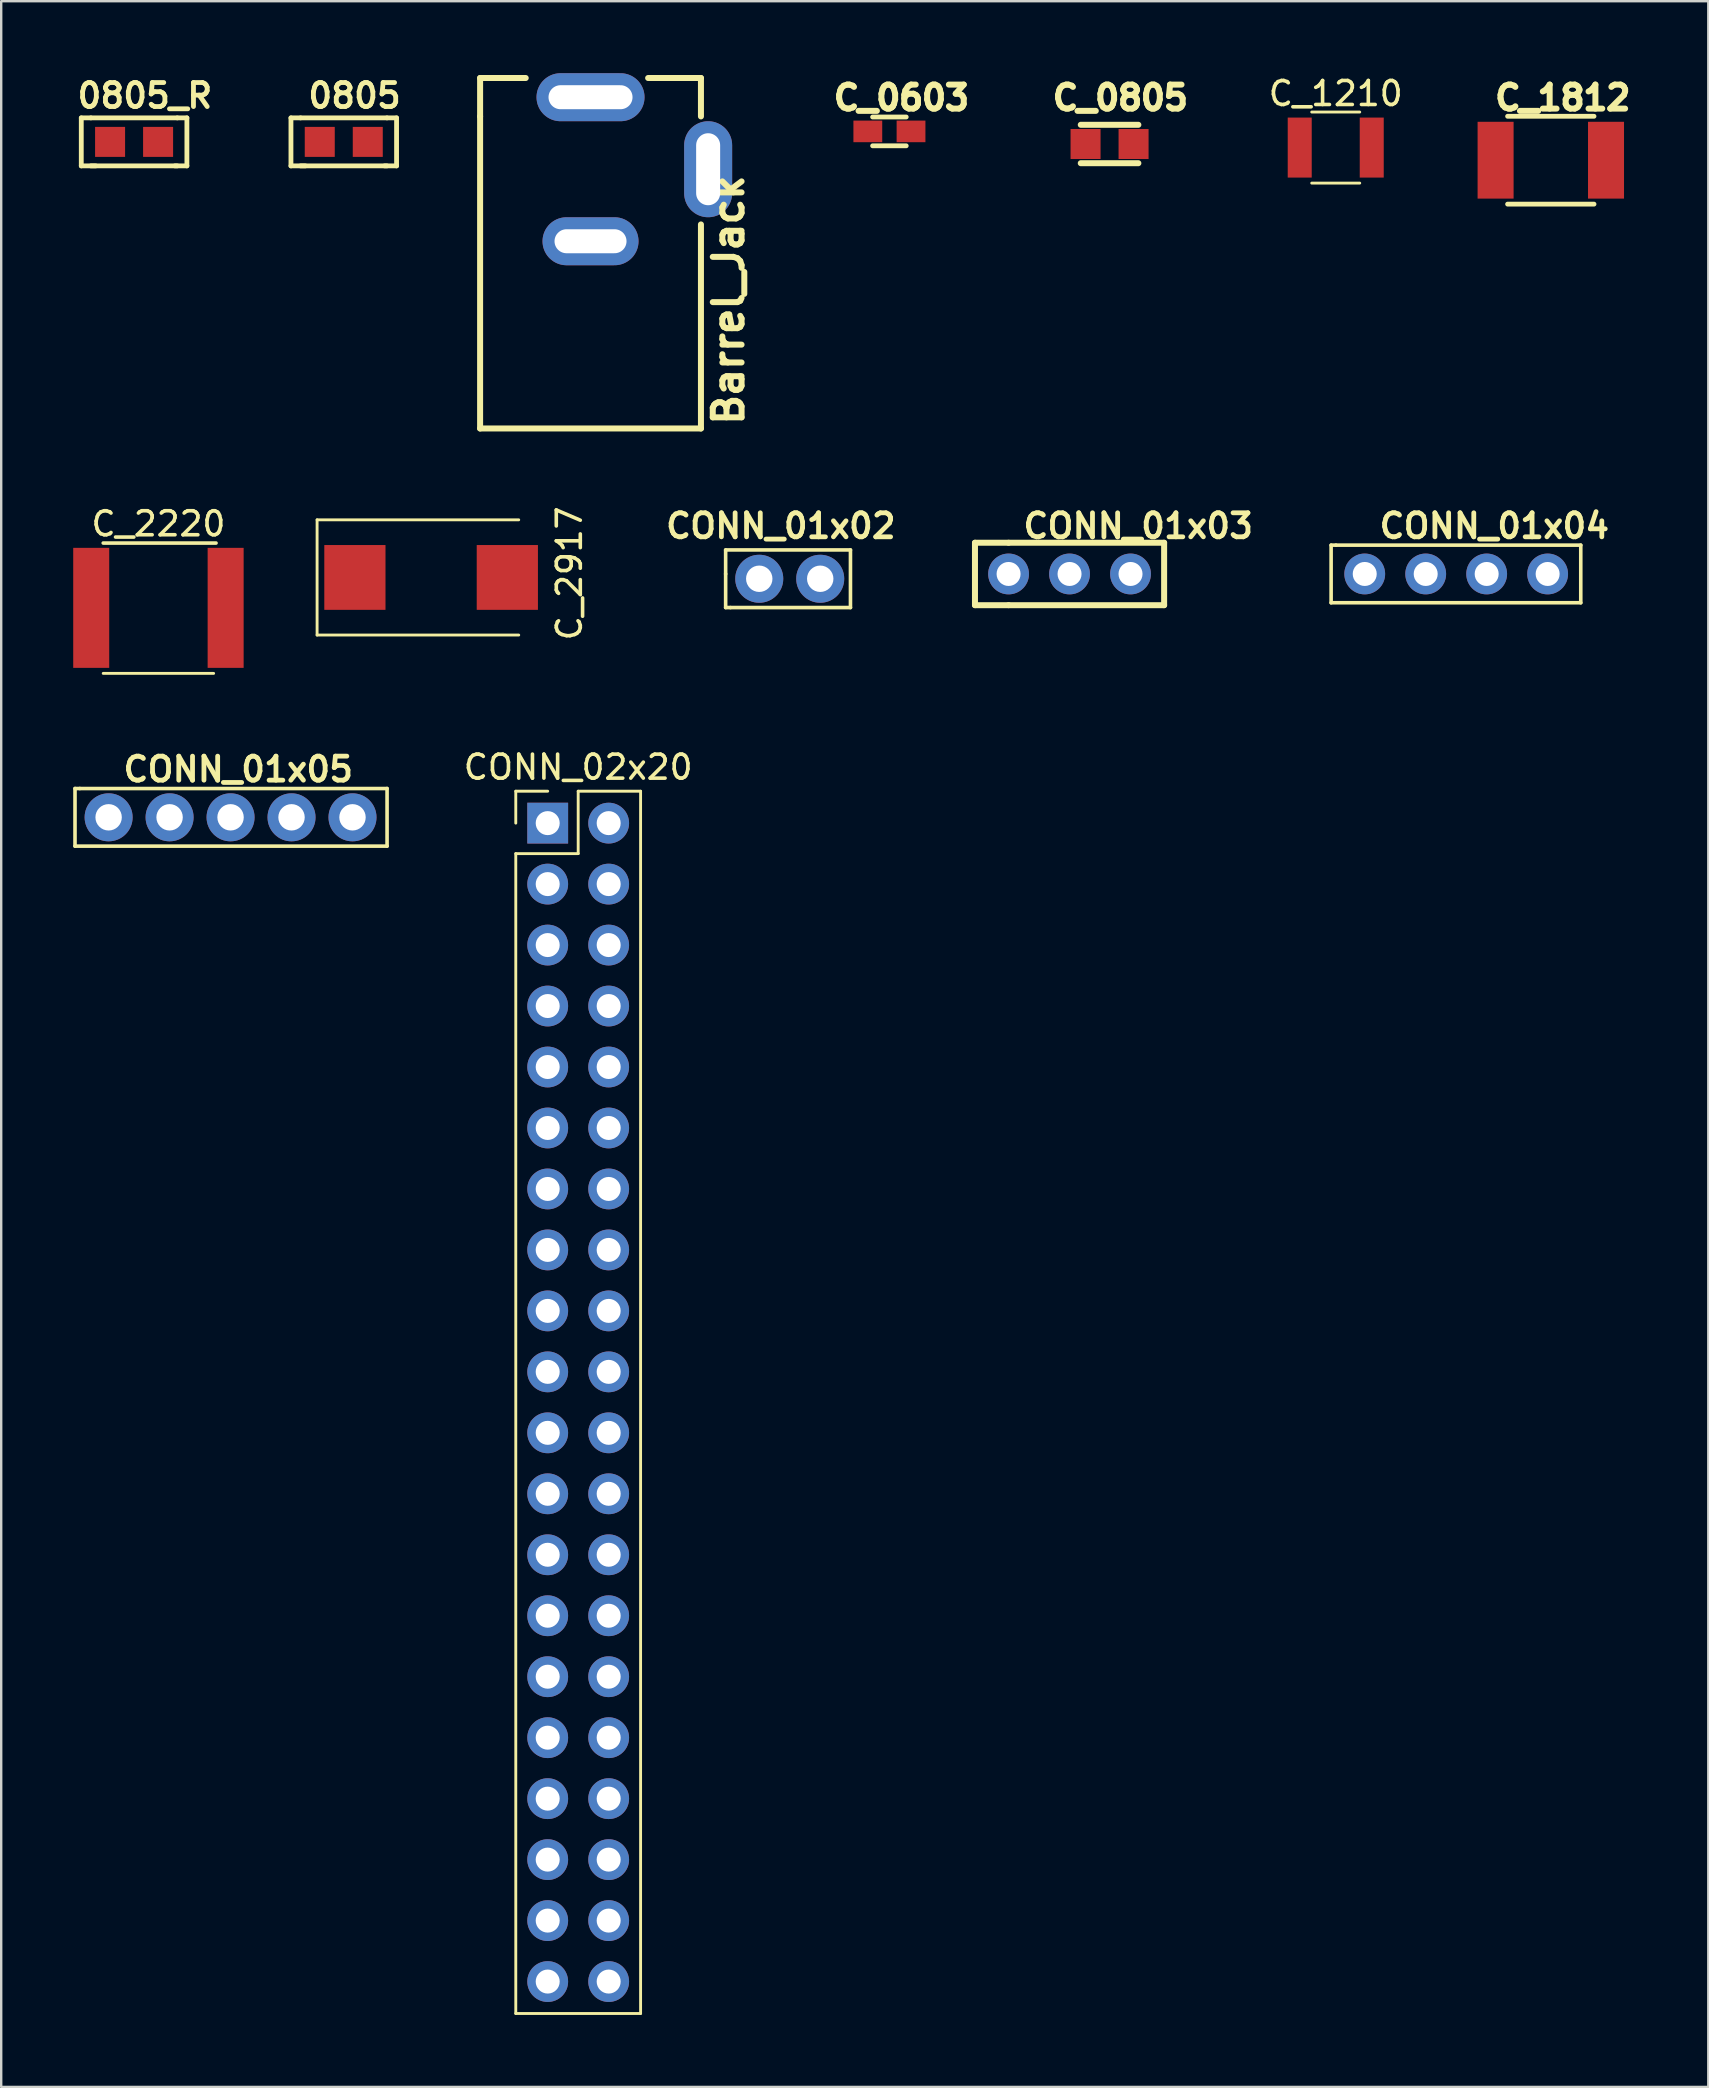
<source format=kicad_pcb>
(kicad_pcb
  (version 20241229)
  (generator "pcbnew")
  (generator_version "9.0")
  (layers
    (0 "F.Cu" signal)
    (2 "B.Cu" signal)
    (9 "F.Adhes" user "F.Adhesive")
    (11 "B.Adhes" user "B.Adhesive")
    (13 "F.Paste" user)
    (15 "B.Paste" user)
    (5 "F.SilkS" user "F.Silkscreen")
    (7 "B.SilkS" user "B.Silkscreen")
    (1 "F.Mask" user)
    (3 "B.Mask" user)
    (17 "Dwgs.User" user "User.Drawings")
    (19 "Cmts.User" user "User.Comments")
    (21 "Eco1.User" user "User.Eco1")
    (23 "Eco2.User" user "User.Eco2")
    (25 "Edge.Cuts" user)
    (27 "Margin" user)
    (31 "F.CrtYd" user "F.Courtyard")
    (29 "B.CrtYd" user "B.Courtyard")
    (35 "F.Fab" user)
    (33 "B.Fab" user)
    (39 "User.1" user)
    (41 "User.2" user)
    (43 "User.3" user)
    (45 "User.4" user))
  (footprint "C_2917"
    (layer "F.Cu")
    (at 14.91 21.006)
    (property "Reference" "C_2917" (at 5.76 -0.17 90) (layer "F.SilkS") (effects (font (size 1 1) (thickness 0.15))))
    (attr smd)
    (fp_line (start -4.75 -2.4) (end -4.75 2.4) (stroke (width 0.12) (type solid)) (layer "F.SilkS"))
    (fp_line (start -4.75 -2.4) (end 3.65 -2.4) (stroke (width 0.12) (type solid)) (layer "F.SilkS"))
    (fp_line (start -4.75 2.4) (end 3.65 2.4) (stroke (width 0.12) (type solid)) (layer "F.SilkS"))
    (pad "1" smd rect (at -3.175 0) (size 2.55 2.7) (layers "F.Cu" "F.Mask" "F.Paste"))
    (pad "2" smd rect (at 3.175 0) (size 2.55 2.7) (layers "F.Cu" "F.Mask" "F.Paste")))
  (footprint "CONN_02x20"
    (layer "F.Cu")
    (at 19.767 31.241)
    (property "Reference" "CONN_02x20" (at 1.27 -2.33 0) (layer "F.SilkS") (effects (font (size 1 1) (thickness 0.15))))
    (attr through_hole)
    (fp_line (start -1.33 -1.33) (end 0 -1.33) (stroke (width 0.12) (type solid)) (layer "F.SilkS"))
    (fp_line (start -1.33 0) (end -1.33 -1.33) (stroke (width 0.12) (type solid)) (layer "F.SilkS"))
    (fp_line (start -1.33 1.27) (end -1.33 49.59) (stroke (width 0.12) (type solid)) (layer "F.SilkS"))
    (fp_line (start -1.33 1.27) (end 1.27 1.27) (stroke (width 0.12) (type solid)) (layer "F.SilkS"))
    (fp_line (start -1.33 49.59) (end 3.87 49.59) (stroke (width 0.12) (type solid)) (layer "F.SilkS"))
    (fp_line (start 1.27 -1.33) (end 3.87 -1.33) (stroke (width 0.12) (type solid)) (layer "F.SilkS"))
    (fp_line (start 1.27 1.27) (end 1.27 -1.33) (stroke (width 0.12) (type solid)) (layer "F.SilkS"))
    (fp_line (start 3.87 -1.33) (end 3.87 49.59) (stroke (width 0.12) (type solid)) (layer "F.SilkS"))
    (pad "1" thru_hole rect (at 0 0) (size 1.7 1.7) (drill 1) (layers "*.Cu" "*.Mask"))
    (pad "2" thru_hole oval (at 2.54 0) (size 1.7 1.7) (drill 1) (layers "*.Cu" "*.Mask"))
    (pad "3" thru_hole oval (at 0 2.54) (size 1.7 1.7) (drill 1) (layers "*.Cu" "*.Mask"))
    (pad "4" thru_hole oval (at 2.54 2.54) (size 1.7 1.7) (drill 1) (layers "*.Cu" "*.Mask"))
    (pad "5" thru_hole oval (at 0 5.08) (size 1.7 1.7) (drill 1) (layers "*.Cu" "*.Mask"))
    (pad "6" thru_hole oval (at 2.54 5.08) (size 1.7 1.7) (drill 1) (layers "*.Cu" "*.Mask"))
    (pad "7" thru_hole oval (at 0 7.62) (size 1.7 1.7) (drill 1) (layers "*.Cu" "*.Mask"))
    (pad "8" thru_hole oval (at 2.54 7.62) (size 1.7 1.7) (drill 1) (layers "*.Cu" "*.Mask"))
    (pad "9" thru_hole oval (at 0 10.16) (size 1.7 1.7) (drill 1) (layers "*.Cu" "*.Mask"))
    (pad "10" thru_hole oval (at 2.54 10.16) (size 1.7 1.7) (drill 1) (layers "*.Cu" "*.Mask"))
    (pad "11" thru_hole oval (at 0 12.7) (size 1.7 1.7) (drill 1) (layers "*.Cu" "*.Mask"))
    (pad "12" thru_hole oval (at 2.54 12.7) (size 1.7 1.7) (drill 1) (layers "*.Cu" "*.Mask"))
    (pad "13" thru_hole oval (at 0 15.24) (size 1.7 1.7) (drill 1) (layers "*.Cu" "*.Mask"))
    (pad "14" thru_hole oval (at 2.54 15.24) (size 1.7 1.7) (drill 1) (layers "*.Cu" "*.Mask"))
    (pad "15" thru_hole oval (at 0 17.78) (size 1.7 1.7) (drill 1) (layers "*.Cu" "*.Mask"))
    (pad "16" thru_hole oval (at 2.54 17.78) (size 1.7 1.7) (drill 1) (layers "*.Cu" "*.Mask"))
    (pad "17" thru_hole oval (at 0 20.32) (size 1.7 1.7) (drill 1) (layers "*.Cu" "*.Mask"))
    (pad "18" thru_hole oval (at 2.54 20.32) (size 1.7 1.7) (drill 1) (layers "*.Cu" "*.Mask"))
    (pad "19" thru_hole oval (at 0 22.86) (size 1.7 1.7) (drill 1) (layers "*.Cu" "*.Mask"))
    (pad "20" thru_hole oval (at 2.54 22.86) (size 1.7 1.7) (drill 1) (layers "*.Cu" "*.Mask"))
    (pad "21" thru_hole oval (at 0 25.4) (size 1.7 1.7) (drill 1) (layers "*.Cu" "*.Mask"))
    (pad "22" thru_hole oval (at 2.54 25.4) (size 1.7 1.7) (drill 1) (layers "*.Cu" "*.Mask"))
    (pad "23" thru_hole oval (at 0 27.94) (size 1.7 1.7) (drill 1) (layers "*.Cu" "*.Mask"))
    (pad "24" thru_hole oval (at 2.54 27.94) (size 1.7 1.7) (drill 1) (layers "*.Cu" "*.Mask"))
    (pad "25" thru_hole oval (at 0 30.48) (size 1.7 1.7) (drill 1) (layers "*.Cu" "*.Mask"))
    (pad "26" thru_hole oval (at 2.54 30.48) (size 1.7 1.7) (drill 1) (layers "*.Cu" "*.Mask"))
    (pad "27" thru_hole oval (at 0 33.02) (size 1.7 1.7) (drill 1) (layers "*.Cu" "*.Mask"))
    (pad "28" thru_hole oval (at 2.54 33.02) (size 1.7 1.7) (drill 1) (layers "*.Cu" "*.Mask"))
    (pad "29" thru_hole oval (at 0 35.56) (size 1.7 1.7) (drill 1) (layers "*.Cu" "*.Mask"))
    (pad "30" thru_hole oval (at 2.54 35.56) (size 1.7 1.7) (drill 1) (layers "*.Cu" "*.Mask"))
    (pad "31" thru_hole oval (at 0 38.1) (size 1.7 1.7) (drill 1) (layers "*.Cu" "*.Mask"))
    (pad "32" thru_hole oval (at 2.54 38.1) (size 1.7 1.7) (drill 1) (layers "*.Cu" "*.Mask"))
    (pad "33" thru_hole oval (at 0 40.64) (size 1.7 1.7) (drill 1) (layers "*.Cu" "*.Mask"))
    (pad "34" thru_hole oval (at 2.54 40.64) (size 1.7 1.7) (drill 1) (layers "*.Cu" "*.Mask"))
    (pad "35" thru_hole oval (at 0 43.18) (size 1.7 1.7) (drill 1) (layers "*.Cu" "*.Mask"))
    (pad "36" thru_hole oval (at 2.54 43.18) (size 1.7 1.7) (drill 1) (layers "*.Cu" "*.Mask"))
    (pad "37" thru_hole oval (at 0 45.72) (size 1.7 1.7) (drill 1) (layers "*.Cu" "*.Mask"))
    (pad "38" thru_hole oval (at 2.54 45.72) (size 1.7 1.7) (drill 1) (layers "*.Cu" "*.Mask"))
    (pad "39" thru_hole oval (at 0 48.26) (size 1.7 1.7) (drill 1) (layers "*.Cu" "*.Mask"))
    (pad "40" thru_hole oval (at 2.54 48.26) (size 1.7 1.7) (drill 1) (layers "*.Cu" "*.Mask")))
  (footprint "C_2220"
    (layer "F.Cu")
    (at 3.55 22.273)
    (property "Reference" "C_2220" (at 0 -3.5 0) (layer "F.SilkS") (effects (font (size 1 1) (thickness 0.15))))
    (attr smd)
    (fp_line (start -2.3 -2.7) (end 2.4 -2.7) (stroke (width 0.15) (type solid)) (layer "F.SilkS"))
    (fp_line (start -2.3 2.73) (end 2.3 2.73) (stroke (width 0.12) (type solid)) (layer "F.SilkS"))
    (pad "1" smd rect (at -2.8 0) (size 1.5 5) (layers "F.Cu" "F.Mask" "F.Paste"))
    (pad "2" smd rect (at 2.8 0) (size 1.5 5) (layers "F.Cu" "F.Mask" "F.Paste")))
  (footprint "CONN_01x03"
    (layer "F.Cu")
    (at 38.967 20.861)
    (property "Reference" "CONN_01x03" (at 5.4 -2 0) (layer "F.SilkS") (effects (font (size 1 1) (thickness 0.2))))
    (attr through_hole)
    (fp_line (start -1.4 -1.3) (end -1.4 1.3) (stroke (width 0.25) (type solid)) (layer "F.SilkS"))
    (fp_line (start -1.4 1.3) (end 0 1.3) (stroke (width 0.25) (type solid)) (layer "F.SilkS"))
    (fp_line (start 0 -1.3) (end -1.4 -1.3) (stroke (width 0.25) (type solid)) (layer "F.SilkS"))
    (fp_line (start 0 -1.3) (end 6.48 -1.3) (stroke (width 0.25) (type solid)) (layer "F.SilkS"))
    (fp_line (start 6.48 -1.3) (end 6.48 1.3) (stroke (width 0.25) (type solid)) (layer "F.SilkS"))
    (fp_line (start 6.48 1.3) (end 0 1.3) (stroke (width 0.25) (type solid)) (layer "F.SilkS"))
    (pad "1" thru_hole circle (at 0 0) (size 1.7 1.7) (drill 1) (layers "*.Cu" "*.Mask"))
    (pad "2" thru_hole circle (at 2.54 0) (size 1.7 1.7) (drill 1) (layers "*.Cu" "*.Mask"))
    (pad "3" thru_hole circle (at 5.08 0) (size 1.7 1.7) (drill 1) (layers "*.Cu" "*.Mask")))
  (footprint "CONN_01x02"
    (layer "F.Cu")
    (at 28.58 21.061)
    (property "Reference" "CONN_01x02" (at 0.9 -2.2 0) (layer "F.SilkS") (effects (font (size 1 1) (thickness 0.2))))
    (attr through_hole)
    (fp_line (start -1.4 -1.2) (end 3.8 -1.2) (stroke (width 0.15) (type solid)) (layer "F.SilkS"))
    (fp_line (start -1.4 -0.2) (end -1.4 -1.2) (stroke (width 0.15) (type solid)) (layer "F.SilkS"))
    (fp_line (start -1.4 1.2) (end -1.4 -0.2) (stroke (width 0.15) (type solid)) (layer "F.SilkS"))
    (fp_line (start -1.2 1.2) (end -1.4 1.2) (stroke (width 0.15) (type solid)) (layer "F.SilkS"))
    (fp_line (start 3.8 -1.2) (end 3.8 1.2) (stroke (width 0.15) (type solid)) (layer "F.SilkS"))
    (fp_line (start 3.8 1.2) (end -1.2 1.2) (stroke (width 0.15) (type solid)) (layer "F.SilkS"))
    (pad "1" thru_hole circle (at 0 0) (size 2 2) (drill 1.1) (layers "*.Cu" "*.Mask"))
    (pad "2" thru_hole circle (at 2.54 0) (size 2 2) (drill 1.1) (layers "*.Cu" "*.Mask")))
  (footprint "0805_R"
    (layer "F.Cu")
    (at 2.536 2.861)
    (property "Reference" "0805_R" (at 0.45 -1.925 0) (layer "F.SilkS") (effects (font (size 1 1) (thickness 0.2))))
    (attr smd)
    (fp_line (start -2.2 -1) (end -2.2 1) (stroke (width 0.2) (type solid)) (layer "F.SilkS"))
    (fp_line (start -2.2 1) (end -1.6 1) (stroke (width 0.2) (type solid)) (layer "F.SilkS"))
    (fp_line (start -1.8 -1) (end -2.2 -1) (stroke (width 0.2) (type solid)) (layer "F.SilkS"))
    (fp_line (start -1.8 -1) (end 1.8 -1) (stroke (width 0.2) (type solid)) (layer "F.SilkS"))
    (fp_line (start -1.8 1) (end 1.8 1) (stroke (width 0.2) (type solid)) (layer "F.SilkS"))
    (fp_line (start 1.8 -1) (end 2.2 -1) (stroke (width 0.2) (type solid)) (layer "F.SilkS"))
    (fp_line (start 2.2 -1) (end 2.2 1) (stroke (width 0.2) (type solid)) (layer "F.SilkS"))
    (fp_line (start 2.2 1) (end 1.7 1) (stroke (width 0.2) (type solid)) (layer "F.SilkS"))
    (pad "1" smd rect (at -1 0) (size 1.25 1.25) (layers "F.Cu" "F.Mask" "F.Paste"))
    (pad "2" smd rect (at 1 0) (size 1.25 1.25) (layers "F.Cu" "F.Mask" "F.Paste")))
  (footprint "C_0805"
    (layer "F.Cu")
    (at 43.174 2.949)
    (property "Reference" "C_0805" (at 0.45 -1.925 0) (layer "F.SilkS") (effects (font (size 1 1) (thickness 0.25))))
    (attr smd)
    (fp_line (start -1.2 -0.8) (end 1.2 -0.8) (stroke (width 0.25) (type solid)) (layer "F.SilkS"))
    (fp_line (start -1.2 0.8) (end 1.2 0.8) (stroke (width 0.25) (type solid)) (layer "F.SilkS"))
    (pad "1" smd rect (at -1 0) (size 1.25 1.25) (layers "F.Cu" "F.Mask" "F.Paste"))
    (pad "2" smd rect (at 1 0) (size 1.25 1.25) (layers "F.Cu" "F.Mask" "F.Paste")))
  (footprint "0805"
    (layer "F.Cu")
    (at 11.271 2.861)
    (property "Reference" "0805" (at 0.45 -1.925 0) (layer "F.SilkS") (effects (font (size 1 1) (thickness 0.2))))
    (attr smd)
    (fp_line (start -2.2 -1) (end -2.2 1) (stroke (width 0.2) (type solid)) (layer "F.SilkS"))
    (fp_line (start -2.2 1) (end -1.6 1) (stroke (width 0.2) (type solid)) (layer "F.SilkS"))
    (fp_line (start -1.8 -1) (end -2.2 -1) (stroke (width 0.2) (type solid)) (layer "F.SilkS"))
    (fp_line (start -1.8 -1) (end 1.8 -1) (stroke (width 0.2) (type solid)) (layer "F.SilkS"))
    (fp_line (start -1.8 1) (end 1.8 1) (stroke (width 0.2) (type solid)) (layer "F.SilkS"))
    (fp_line (start 1.8 -1) (end 2.2 -1) (stroke (width 0.2) (type solid)) (layer "F.SilkS"))
    (fp_line (start 2.2 -1) (end 2.2 1) (stroke (width 0.2) (type solid)) (layer "F.SilkS"))
    (fp_line (start 2.2 1) (end 1.7 1) (stroke (width 0.2) (type solid)) (layer "F.SilkS"))
    (pad "1" smd rect (at -1 0) (size 1.25 1.25) (layers "F.Cu" "F.Mask" "F.Paste"))
    (pad "2" smd rect (at 1 0) (size 1.25 1.25) (layers "F.Cu" "F.Mask" "F.Paste")))
  (footprint "CONN_01x04"
    (layer "F.Cu")
    (at 53.804 20.861)
    (property "Reference" "CONN_01x04" (at 5.4 -2 0) (layer "F.SilkS") (effects (font (size 1 1) (thickness 0.2))))
    (attr through_hole)
    (fp_line (start -1.4 -1.2) (end -1.4 1.2) (stroke (width 0.15) (type solid)) (layer "F.SilkS"))
    (fp_line (start -1.4 1.2) (end 9 1.2) (stroke (width 0.15) (type solid)) (layer "F.SilkS"))
    (fp_line (start -1.2 -1.2) (end -1.4 -1.2) (stroke (width 0.15) (type solid)) (layer "F.SilkS"))
    (fp_line (start 9 -1.2) (end -1.2 -1.2) (stroke (width 0.15) (type solid)) (layer "F.SilkS"))
    (fp_line (start 9 1.2) (end 9 -1.2) (stroke (width 0.15) (type solid)) (layer "F.SilkS"))
    (pad "1" thru_hole circle (at 0 0) (size 1.7 1.7) (drill 1) (layers "*.Cu" "*.Mask"))
    (pad "2" thru_hole circle (at 2.54 0) (size 1.7 1.7) (drill 1) (layers "*.Cu" "*.Mask"))
    (pad "3" thru_hole circle (at 5.08 0) (size 1.7 1.7) (drill 1) (layers "*.Cu" "*.Mask"))
    (pad "4" thru_hole circle (at 7.62 0) (size 1.7 1.7) (drill 1) (layers "*.Cu" "*.Mask")))
  (footprint "C_0603"
    (layer "F.Cu")
    (at 34.003 2.424)
    (property "Reference" "C_0603" (at 0.5 -1.4 0) (layer "F.SilkS") (effects (font (size 1 1) (thickness 0.25))))
    (attr smd)
    (fp_line (start -0.7 -0.6) (end 0.7 -0.6) (stroke (width 0.2) (type solid)) (layer "F.SilkS"))
    (fp_line (start -0.7 0.6) (end 0.7 0.6) (stroke (width 0.2) (type solid)) (layer "F.SilkS"))
    (pad "1" smd rect (at -0.9 0) (size 1.2 0.9) (layers "F.Cu" "F.Mask" "F.Paste"))
    (pad "2" smd rect (at 0.9 0) (size 1.2 0.9) (layers "F.Cu" "F.Mask" "F.Paste")))
  (footprint "C_1812"
    (layer "F.Cu")
    (at 61.556 3.624)
    (property "Reference" "C_1812" (at 0.5 -2.6 0) (layer "F.SilkS") (effects (font (size 1 1) (thickness 0.25))))
    (attr smd)
    (fp_line (start -1.8 1.83) (end 1.8 1.83) (stroke (width 0.2) (type solid)) (layer "F.SilkS"))
    (fp_line (start 1.8 -1.83) (end -1.8 -1.83) (stroke (width 0.2) (type solid)) (layer "F.SilkS"))
    (pad "1" smd rect (at -2.3 0) (size 1.5 3.2) (layers "F.Cu" "F.Mask" "F.Paste"))
    (pad "2" smd rect (at 2.3 0) (size 1.5 3.2) (layers "F.Cu" "F.Mask" "F.Paste")))
  (footprint "Barrel_Jack"
    (layer "F.Cu")
    (at 21.551 1)
    (property "Reference" "Barrel_Jack" (at 5.75 8.45 90) (layer "F.SilkS") (effects (font (size 1.2 1.2) (thickness 0.25))))
    (attr through_hole)
    (fp_line (start -4.6 -0.8) (end -2.7 -0.8) (stroke (width 0.25) (type solid)) (layer "F.SilkS"))
    (fp_line (start -4.6 0.8) (end -4.6 -0.8) (stroke (width 0.25) (type solid)) (layer "F.SilkS"))
    (fp_line (start -4.6 13.8) (end -4.6 0.8) (stroke (width 0.25) (type solid)) (layer "F.SilkS"))
    (fp_line (start 4.6 -0.8) (end 2.4 -0.8) (stroke (width 0.25) (type solid)) (layer "F.SilkS"))
    (fp_line (start 4.6 0.8) (end 4.6 -0.8) (stroke (width 0.25) (type solid)) (layer "F.SilkS"))
    (fp_line (start 4.6 13.8) (end -4.6 13.8) (stroke (width 0.25) (type solid)) (layer "F.SilkS"))
    (fp_line (start 4.6 13.8) (end 4.6 5.3) (stroke (width 0.25) (type solid)) (layer "F.SilkS"))
    (pad "1" thru_hole oval (at 0 0) (size 4.5 2) (drill oval 3.5 1) (layers "*.Cu" "*.Mask"))
    (pad "2" thru_hole oval (at 0 6) (size 4 2) (drill oval 3 1) (layers "*.Cu" "*.Mask"))
    (pad "3" thru_hole oval (at 4.9 3) (size 2 4) (drill oval 1 3) (layers "*.Cu" "*.Mask")))
  (footprint "CONN_01x05"
    (layer "F.Cu")
    (at 1.475 30.999)
    (property "Reference" "CONN_01x05" (at 5.4 -2 0) (layer "F.SilkS") (effects (font (size 1 1) (thickness 0.2))))
    (attr through_hole)
    (fp_line (start -1.4 -1.2) (end -1.4 1.2) (stroke (width 0.15) (type solid)) (layer "F.SilkS"))
    (fp_line (start -1.4 1.2) (end 11.6 1.2) (stroke (width 0.15) (type solid)) (layer "F.SilkS"))
    (fp_line (start -1.2 -1.2) (end -1.4 -1.2) (stroke (width 0.15) (type solid)) (layer "F.SilkS"))
    (fp_line (start 11.6 -1.2) (end -1.2 -1.2) (stroke (width 0.15) (type solid)) (layer "F.SilkS"))
    (fp_line (start 11.6 1.2) (end 11.6 -1.2) (stroke (width 0.15) (type solid)) (layer "F.SilkS"))
    (pad "1" thru_hole circle (at 0 0) (size 2 2) (drill 1.1) (layers "*.Cu" "*.Mask"))
    (pad "2" thru_hole circle (at 2.54 0) (size 2 2) (drill 1.1) (layers "*.Cu" "*.Mask"))
    (pad "3" thru_hole circle (at 5.08 0) (size 2 2) (drill 1.1) (layers "*.Cu" "*.Mask"))
    (pad "4" thru_hole circle (at 7.62 0) (size 2 2) (drill 1.1) (layers "*.Cu" "*.Mask"))
    (pad "5" thru_hole circle (at 10.16 0) (size 2 2) (drill 1.1) (layers "*.Cu" "*.Mask")))
  (footprint "C_1210"
    (layer "F.Cu")
    (at 52.596 3.098)
    (property "Reference" "C_1210" (at 0 -2.25 0) (layer "F.SilkS") (effects (font (size 1 1) (thickness 0.15))))
    (attr smd)
    (fp_line (start -1 1.48) (end 1 1.48) (stroke (width 0.12) (type solid)) (layer "F.SilkS"))
    (fp_line (start 1 -1.48) (end -1 -1.48) (stroke (width 0.12) (type solid)) (layer "F.SilkS"))
    (pad "1" smd rect (at -1.5 0) (size 1 2.5) (layers "F.Cu" "F.Mask" "F.Paste"))
    (pad "2" smd rect (at 1.5 0) (size 1 2.5) (layers "F.Cu" "F.Mask" "F.Paste")))
  (gr_rect
    (start -3 -3)
    (end 68.117 83.891)
    (stroke (width 0.1) (type default))
    (fill no)
    (layer "Edge.Cuts")))
</source>
